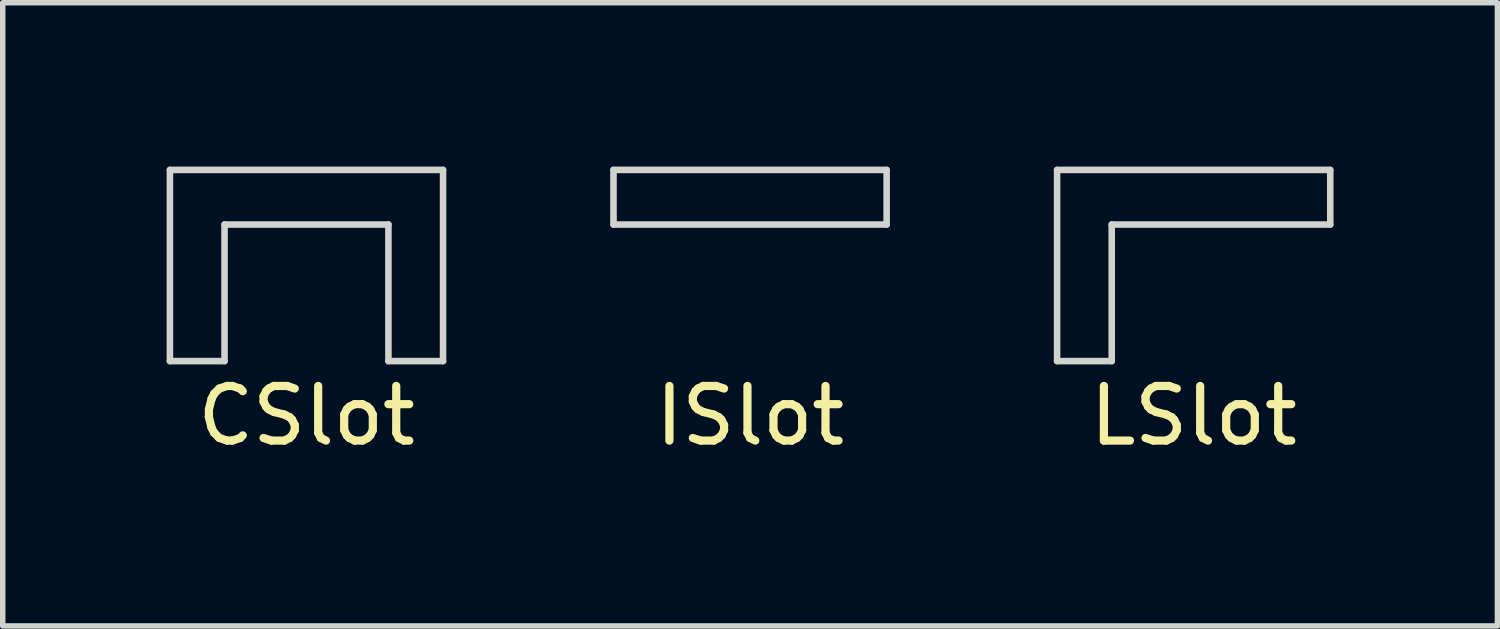
<source format=kicad_pcb>
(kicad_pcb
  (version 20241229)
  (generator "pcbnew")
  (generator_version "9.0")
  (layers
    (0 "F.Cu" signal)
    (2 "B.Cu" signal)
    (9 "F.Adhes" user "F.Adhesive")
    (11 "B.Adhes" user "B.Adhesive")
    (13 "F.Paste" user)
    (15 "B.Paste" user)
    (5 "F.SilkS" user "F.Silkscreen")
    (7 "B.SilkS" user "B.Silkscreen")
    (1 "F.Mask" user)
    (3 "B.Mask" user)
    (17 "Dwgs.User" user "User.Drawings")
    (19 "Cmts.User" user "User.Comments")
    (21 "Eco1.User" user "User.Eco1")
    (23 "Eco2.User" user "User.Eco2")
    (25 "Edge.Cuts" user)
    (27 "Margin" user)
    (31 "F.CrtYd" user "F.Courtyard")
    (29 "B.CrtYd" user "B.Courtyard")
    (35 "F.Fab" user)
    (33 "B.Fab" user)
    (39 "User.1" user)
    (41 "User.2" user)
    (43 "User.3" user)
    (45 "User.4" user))
  (footprint "ISlot"
    (layer "F.Cu")
    (at 10.68 2.56)
    (property "Reference" "ISlot" (at 0 2 0) (layer "F.SilkS") (effects (font (size 1 1) (thickness 0.15))))
    (attr through_hole)
    (fp_line (start -2.5 -2.5) (end 2.5 -2.5) (stroke (width 0.12) (type solid)) (layer "Edge.Cuts"))
    (fp_line (start -2.5 -1.5) (end -2.5 -2.5) (stroke (width 0.12) (type solid)) (layer "Edge.Cuts"))
    (fp_line (start 2.5 -2.5) (end 2.5 -1.5) (stroke (width 0.12) (type solid)) (layer "Edge.Cuts"))
    (fp_line (start 2.5 -1.5) (end -2.5 -1.5) (stroke (width 0.12) (type solid)) (layer "Edge.Cuts")))
  (footprint "CSlot"
    (layer "F.Cu")
    (at 2.56 2.56)
    (property "Reference" "CSlot" (at 0 2 0) (layer "F.SilkS") (effects (font (size 1 1) (thickness 0.15))))
    (attr through_hole)
    (fp_line (start -2.5 -2.5) (end 2.5 -2.5) (stroke (width 0.12) (type solid)) (layer "Edge.Cuts"))
    (fp_line (start -2.5 1) (end -2.5 -2.5) (stroke (width 0.12) (type solid)) (layer "Edge.Cuts"))
    (fp_line (start -1.5 -1.5) (end -1.5 1) (stroke (width 0.12) (type solid)) (layer "Edge.Cuts"))
    (fp_line (start -1.5 1) (end -2.5 1) (stroke (width 0.12) (type solid)) (layer "Edge.Cuts"))
    (fp_line (start 1.5 -1.5) (end -1.5 -1.5) (stroke (width 0.12) (type solid)) (layer "Edge.Cuts"))
    (fp_line (start 1.5 1) (end 1.5 -1.5) (stroke (width 0.12) (type solid)) (layer "Edge.Cuts"))
    (fp_line (start 2.5 -2.5) (end 2.5 1) (stroke (width 0.12) (type solid)) (layer "Edge.Cuts"))
    (fp_line (start 2.5 1) (end 1.5 1) (stroke (width 0.12) (type solid)) (layer "Edge.Cuts")))
  (footprint "LSlot"
    (layer "F.Cu")
    (at 18.8 2.56)
    (property "Reference" "LSlot" (at 0 2 0) (layer "F.SilkS") (effects (font (size 1 1) (thickness 0.15))))
    (attr through_hole)
    (fp_line (start -2.5 -2.5) (end 2.5 -2.5) (stroke (width 0.12) (type solid)) (layer "Edge.Cuts"))
    (fp_line (start -2.5 1) (end -2.5 -2.5) (stroke (width 0.12) (type solid)) (layer "Edge.Cuts"))
    (fp_line (start -1.5 -1.5) (end -1.5 1) (stroke (width 0.12) (type solid)) (layer "Edge.Cuts"))
    (fp_line (start -1.5 -1.5) (end 2.5 -1.5) (stroke (width 0.12) (type solid)) (layer "Edge.Cuts"))
    (fp_line (start -1.5 1) (end -2.5 1) (stroke (width 0.12) (type solid)) (layer "Edge.Cuts"))
    (fp_line (start 2.5 -1.5) (end 2.5 -2.5) (stroke (width 0.12) (type solid)) (layer "Edge.Cuts")))
  (gr_rect
    (start -3 -3)
    (end 24.36 8.408)
    (stroke (width 0.1) (type default))
    (fill no)
    (layer "Edge.Cuts")))
</source>
